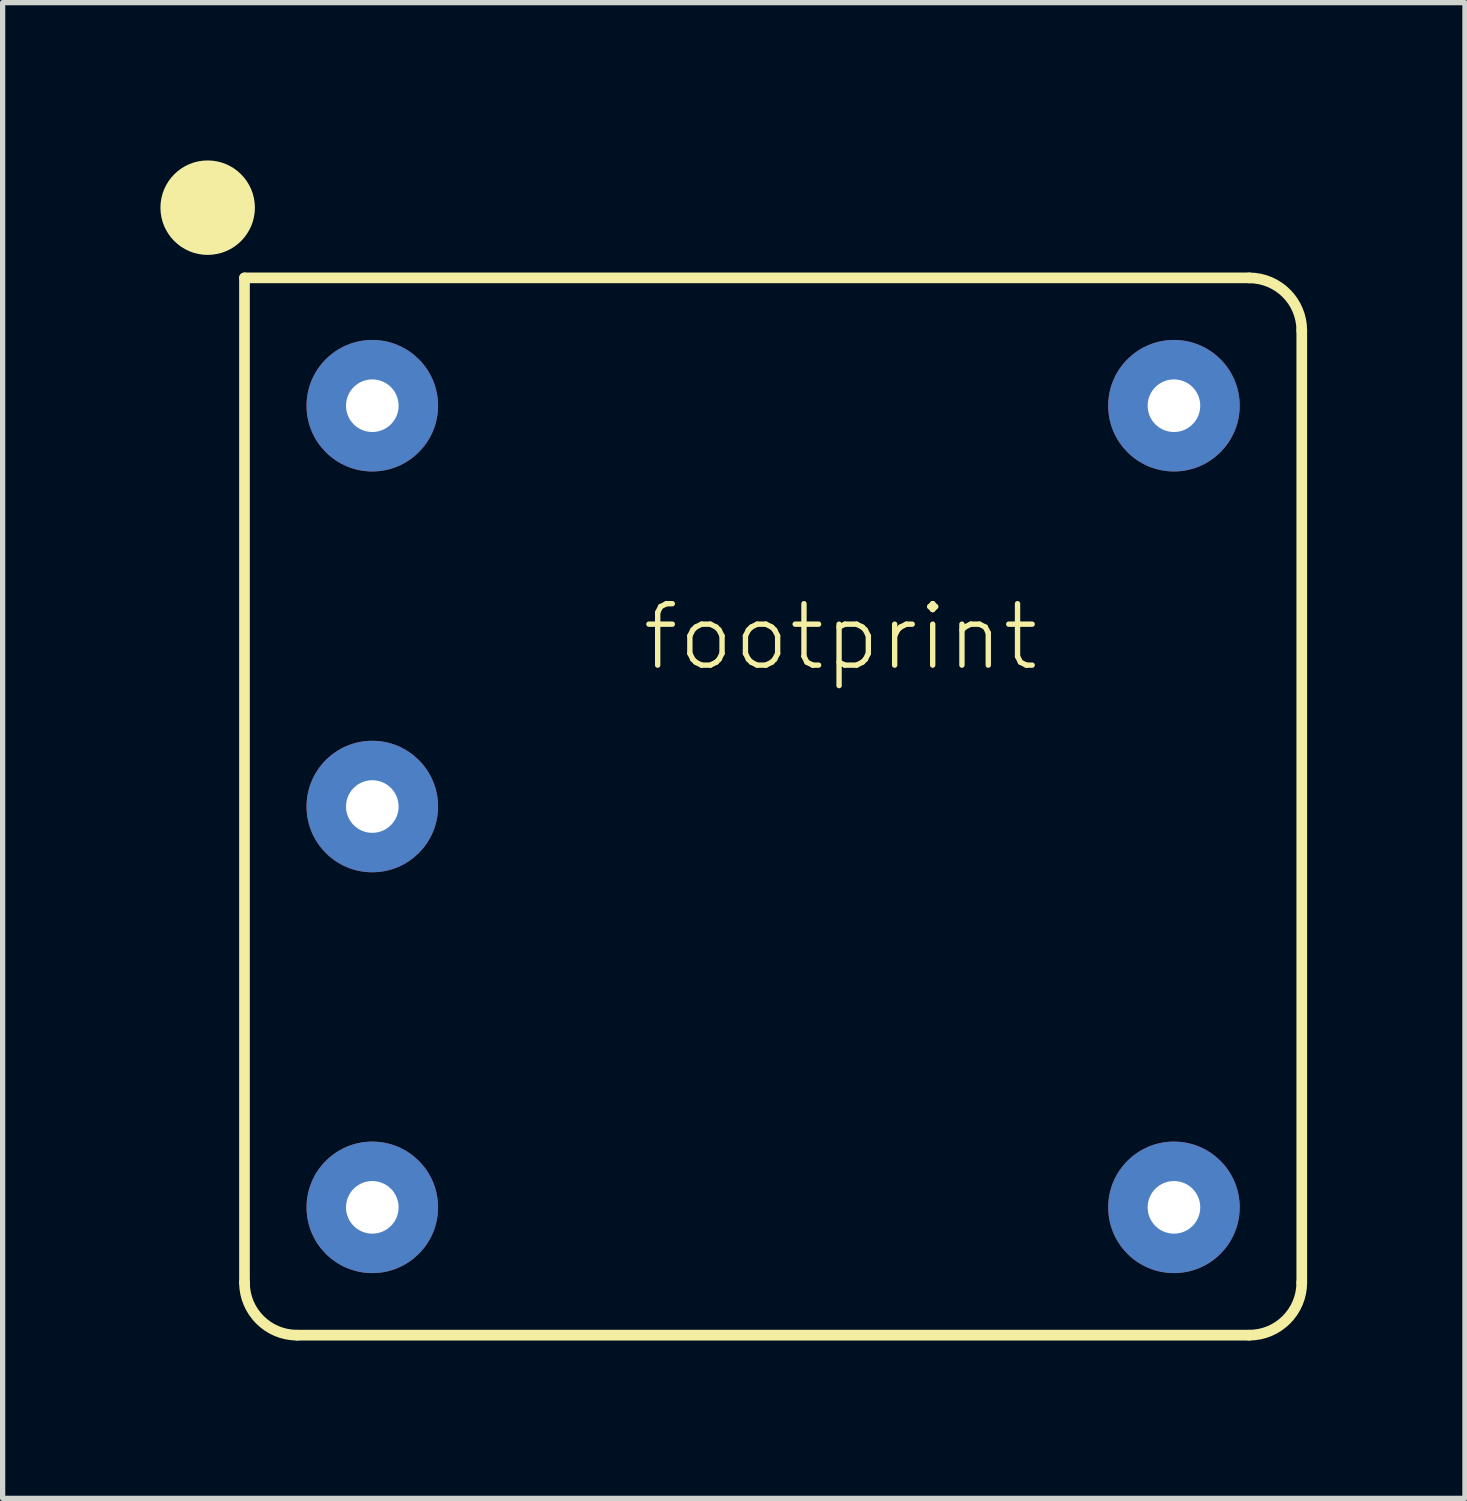
<source format=kicad_pcb>
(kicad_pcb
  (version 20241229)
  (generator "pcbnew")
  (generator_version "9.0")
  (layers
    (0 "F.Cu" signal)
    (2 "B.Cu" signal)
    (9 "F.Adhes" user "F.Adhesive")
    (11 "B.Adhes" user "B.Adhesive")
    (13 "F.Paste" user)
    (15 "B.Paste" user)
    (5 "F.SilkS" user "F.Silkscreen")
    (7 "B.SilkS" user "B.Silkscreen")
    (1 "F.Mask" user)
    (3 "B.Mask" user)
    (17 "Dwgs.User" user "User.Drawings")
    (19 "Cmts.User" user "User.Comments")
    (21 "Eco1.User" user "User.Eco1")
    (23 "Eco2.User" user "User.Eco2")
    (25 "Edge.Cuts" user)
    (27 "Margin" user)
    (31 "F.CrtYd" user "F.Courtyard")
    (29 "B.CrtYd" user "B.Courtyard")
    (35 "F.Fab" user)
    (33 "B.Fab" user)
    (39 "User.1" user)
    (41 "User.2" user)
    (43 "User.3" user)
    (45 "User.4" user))
  (footprint "footprint"
    (layer "F.Cu")
    (at 11.648 12.283)
    (property "Reference" "footprint" (at -2.54 -2.54 0) (layer "F.SilkS") (effects (font (size 1.168 1.168) (thickness 0.102)) (justify left bottom)))
    (fp_line (start -10.05 -10.05) (end -10.05 9.05) (stroke (width 0.203) (type solid)) (layer "F.SilkS"))
    (fp_line (start -9.05 10.05) (end 9.05 10.05) (stroke (width 0.203) (type solid)) (layer "F.SilkS"))
    (fp_line (start 9.05 -10.05) (end -10.05 -10.05) (stroke (width 0.203) (type solid)) (layer "F.SilkS"))
    (fp_line (start 10.05 9.05) (end 10.05 -9.05) (stroke (width 0.203) (type solid)) (layer "F.SilkS"))
    (fp_arc (start -9.05 10.05) (mid -9.757107 9.757107) (end -10.05 9.05) (stroke (width 0.2032) (type solid)) (layer "F.SilkS"))
    (fp_arc (start 9.05 -10.05) (mid 9.757107 -9.757107) (end 10.05 -9.05) (stroke (width 0.2032) (type solid)) (layer "F.SilkS"))
    (fp_arc (start 10.05 9.05) (mid 9.757107 9.757107) (end 9.05 10.05) (stroke (width 0.2032) (type solid)) (layer "F.SilkS"))
    (fp_circle (center -10.75 -11.385) (end -10.301 -11.385) (stroke (width 0.898) (type solid)) (fill yes) (layer "F.SilkS"))
    (pad "1" thru_hole circle (at -7.62 -7.62 270) (size 2.5 2.5) (drill 1) (layers "*.Cu" "*.Mask"))
    (pad "2" thru_hole circle (at -7.62 0 270) (size 2.5 2.5) (drill 1) (layers "*.Cu" "*.Mask"))
    (pad "3" thru_hole circle (at -7.62 7.62) (size 2.5 2.5) (drill 1) (layers "*.Cu" "*.Mask"))
    (pad "4" thru_hole circle (at 7.62 7.62 90) (size 2.5 2.5) (drill 1) (layers "*.Cu" "*.Mask"))
    (pad "5" thru_hole circle (at 7.62 -7.62 180) (size 2.5 2.5) (drill 1) (layers "*.Cu" "*.Mask")))
  (gr_rect
    (start -3 -3)
    (end 24.8 25.435)
    (stroke (width 0.1) (type default))
    (fill no)
    (layer "Edge.Cuts")))
</source>
